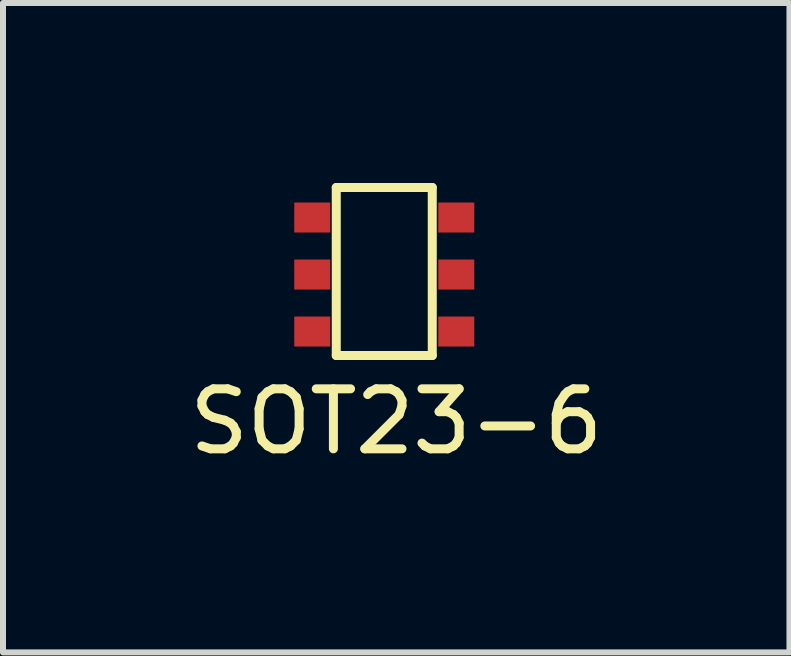
<source format=kicad_pcb>
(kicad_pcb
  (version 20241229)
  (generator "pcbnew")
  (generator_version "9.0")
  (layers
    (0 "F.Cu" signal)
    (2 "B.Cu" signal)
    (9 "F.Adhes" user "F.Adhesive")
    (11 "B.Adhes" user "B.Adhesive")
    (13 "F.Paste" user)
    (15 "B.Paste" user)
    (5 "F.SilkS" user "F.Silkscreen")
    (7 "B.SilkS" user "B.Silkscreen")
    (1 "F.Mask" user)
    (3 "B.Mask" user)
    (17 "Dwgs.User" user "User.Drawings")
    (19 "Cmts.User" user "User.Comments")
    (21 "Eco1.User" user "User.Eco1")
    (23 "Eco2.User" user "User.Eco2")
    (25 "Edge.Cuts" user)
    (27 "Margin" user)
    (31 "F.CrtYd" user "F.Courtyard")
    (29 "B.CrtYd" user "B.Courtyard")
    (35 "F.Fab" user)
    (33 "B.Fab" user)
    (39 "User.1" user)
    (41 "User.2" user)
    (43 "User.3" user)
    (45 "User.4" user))
  (footprint "SOT23-6"
    (layer "F.Cu")
    (at 4.854 3.475)
    (property "Reference" "SOT23-6" (at -1.3 0.5 0) (layer "F.SilkS") (effects (font (size 1 1) (thickness 0.15))))
    (attr through_hole)
    (fp_line (start -2.3 -3.4) (end -2.3 -0.6) (stroke (width 0.15) (type solid)) (layer "F.SilkS"))
    (fp_line (start -2.3 -0.6) (end -0.7 -0.6) (stroke (width 0.15) (type solid)) (layer "F.SilkS"))
    (fp_line (start -0.7 -3.4) (end -2.3 -3.4) (stroke (width 0.15) (type solid)) (layer "F.SilkS"))
    (fp_line (start -0.7 -0.6) (end -0.7 -3.4) (stroke (width 0.15) (type solid)) (layer "F.SilkS"))
    (pad "1" smd rect (at -2.7 -2.9) (size 0.6 0.5) (layers "F.Cu" "F.Mask" "F.Paste"))
    (pad "2" smd rect (at -2.7 -1.95) (size 0.6 0.5) (layers "F.Cu" "F.Mask" "F.Paste"))
    (pad "3" smd rect (at -2.7 -1) (size 0.6 0.5) (layers "F.Cu" "F.Mask" "F.Paste"))
    (pad "4" smd rect (at -0.3 -1) (size 0.6 0.5) (layers "F.Cu" "F.Mask" "F.Paste"))
    (pad "5" smd rect (at -0.3 -1.95) (size 0.6 0.5) (layers "F.Cu" "F.Mask" "F.Paste"))
    (pad "6" smd rect (at -0.3 -2.9) (size 0.6 0.5) (layers "F.Cu" "F.Mask" "F.Paste")))
  (gr_rect
    (start -3 -3)
    (end 10.107 7.823)
    (stroke (width 0.1) (type default))
    (fill no)
    (layer "Edge.Cuts")))
</source>
